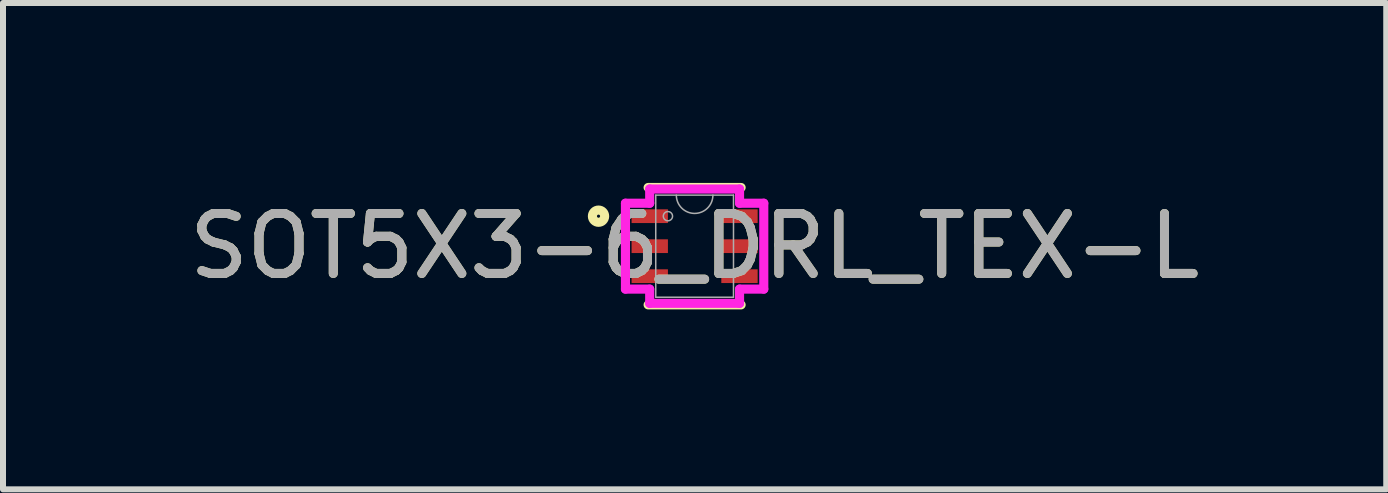
<source format=kicad_pcb>
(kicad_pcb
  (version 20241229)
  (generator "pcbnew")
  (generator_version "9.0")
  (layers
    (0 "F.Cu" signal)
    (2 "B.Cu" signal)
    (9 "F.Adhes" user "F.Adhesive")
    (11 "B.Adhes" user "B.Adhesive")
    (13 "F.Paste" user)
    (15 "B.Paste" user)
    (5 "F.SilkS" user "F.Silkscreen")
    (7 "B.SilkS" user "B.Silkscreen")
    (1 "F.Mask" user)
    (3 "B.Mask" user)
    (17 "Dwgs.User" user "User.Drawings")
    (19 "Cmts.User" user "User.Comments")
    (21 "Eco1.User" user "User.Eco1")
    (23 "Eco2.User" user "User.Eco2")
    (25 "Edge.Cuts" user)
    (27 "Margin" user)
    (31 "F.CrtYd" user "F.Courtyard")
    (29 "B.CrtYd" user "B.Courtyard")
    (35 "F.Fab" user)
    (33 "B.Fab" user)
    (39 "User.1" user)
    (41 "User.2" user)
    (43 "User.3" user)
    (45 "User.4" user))
  (footprint "SOT5X3-6_DRL_TEX-L"
    (layer "F.Cu")
    (at 8.53 1.054)
    (property "Reference" "SOT5X3-6_DRL_TEX-L" (at 0 0 0) (unlocked yes) (layer "F.SilkS") (effects (font (size 1 1) (thickness 0.15))))
    (attr smd)
    (fp_line (start -0.775 0.978) (end 0.775 0.978) (stroke (width 0.152) (type solid)) (layer "F.SilkS"))
    (fp_line (start 0.775 -0.978) (end -0.775 -0.978) (stroke (width 0.152) (type solid)) (layer "F.SilkS"))
    (fp_circle (center -1.602 -0.5) (end -1.5 -0.5) (stroke (width 0.152) (type solid)) (fill no) (layer "F.SilkS"))
    (fp_line (start -1.153 -0.716) (end -0.749 -0.716) (stroke (width 0.152) (type solid)) (layer "F.CrtYd"))
    (fp_line (start -1.153 0.716) (end -1.153 -0.716) (stroke (width 0.152) (type solid)) (layer "F.CrtYd"))
    (fp_line (start -1.153 0.716) (end -0.749 0.716) (stroke (width 0.152) (type solid)) (layer "F.CrtYd"))
    (fp_line (start -0.749 -0.953) (end 0.749 -0.953) (stroke (width 0.152) (type solid)) (layer "F.CrtYd"))
    (fp_line (start -0.749 -0.716) (end -0.749 -0.953) (stroke (width 0.152) (type solid)) (layer "F.CrtYd"))
    (fp_line (start -0.749 0.953) (end -0.749 0.716) (stroke (width 0.152) (type solid)) (layer "F.CrtYd"))
    (fp_line (start 0.749 -0.953) (end 0.749 -0.716) (stroke (width 0.152) (type solid)) (layer "F.CrtYd"))
    (fp_line (start 0.749 0.716) (end 0.749 0.953) (stroke (width 0.152) (type solid)) (layer "F.CrtYd"))
    (fp_line (start 0.749 0.953) (end -0.749 0.953) (stroke (width 0.152) (type solid)) (layer "F.CrtYd"))
    (fp_line (start 1.153 -0.716) (end 0.749 -0.716) (stroke (width 0.152) (type solid)) (layer "F.CrtYd"))
    (fp_line (start 1.153 -0.716) (end 1.153 0.716) (stroke (width 0.152) (type solid)) (layer "F.CrtYd"))
    (fp_line (start 1.153 0.716) (end 0.749 0.716) (stroke (width 0.152) (type solid)) (layer "F.CrtYd"))
    (fp_line (start -0.648 -0.851) (end -0.648 0.851) (stroke (width 0.025) (type solid)) (layer "F.Fab"))
    (fp_line (start -0.648 0.851) (end 0.648 0.851) (stroke (width 0.025) (type solid)) (layer "F.Fab"))
    (fp_line (start 0.648 -0.851) (end -0.648 -0.851) (stroke (width 0.025) (type solid)) (layer "F.Fab"))
    (fp_line (start 0.648 0.851) (end 0.648 -0.851) (stroke (width 0.025) (type solid)) (layer "F.Fab"))
    (fp_arc (start 0.3048 -0.8509) (mid 0 -0.5461) (end -0.3048 -0.8509) (stroke (width 0.0254) (type solid)) (layer "F.Fab"))
    (fp_circle (center -0.445 -0.5) (end -0.368 -0.5) (stroke (width 0.025) (type solid)) (fill no) (layer "F.Fab"))
    (fp_text user "${REFERENCE}" (at 0 0 0) (unlocked yes) (layer "F.Fab") (effects (font (size 1 1) (thickness 0.15))))
    (pad "1" smd rect (at -0.748 -0.5) (size 0.606 0.229) (layers "F.Cu" "F.Mask" "F.Paste"))
    (pad "2" smd rect (at -0.748 0) (size 0.606 0.229) (layers "F.Cu" "F.Mask" "F.Paste"))
    (pad "3" smd rect (at -0.748 0.5) (size 0.606 0.229) (layers "F.Cu" "F.Mask" "F.Paste"))
    (pad "4" smd rect (at 0.748 0.5) (size 0.606 0.229) (layers "F.Cu" "F.Mask" "F.Paste"))
    (pad "5" smd rect (at 0.748 0) (size 0.606 0.229) (layers "F.Cu" "F.Mask" "F.Paste"))
    (pad "6" smd rect (at 0.748 -0.5) (size 0.606 0.229) (layers "F.Cu" "F.Mask" "F.Paste")))
  (gr_rect
    (start -3 -3)
    (end 20.06 5.108)
    (stroke (width 0.1) (type default))
    (fill no)
    (layer "Edge.Cuts")))
</source>
